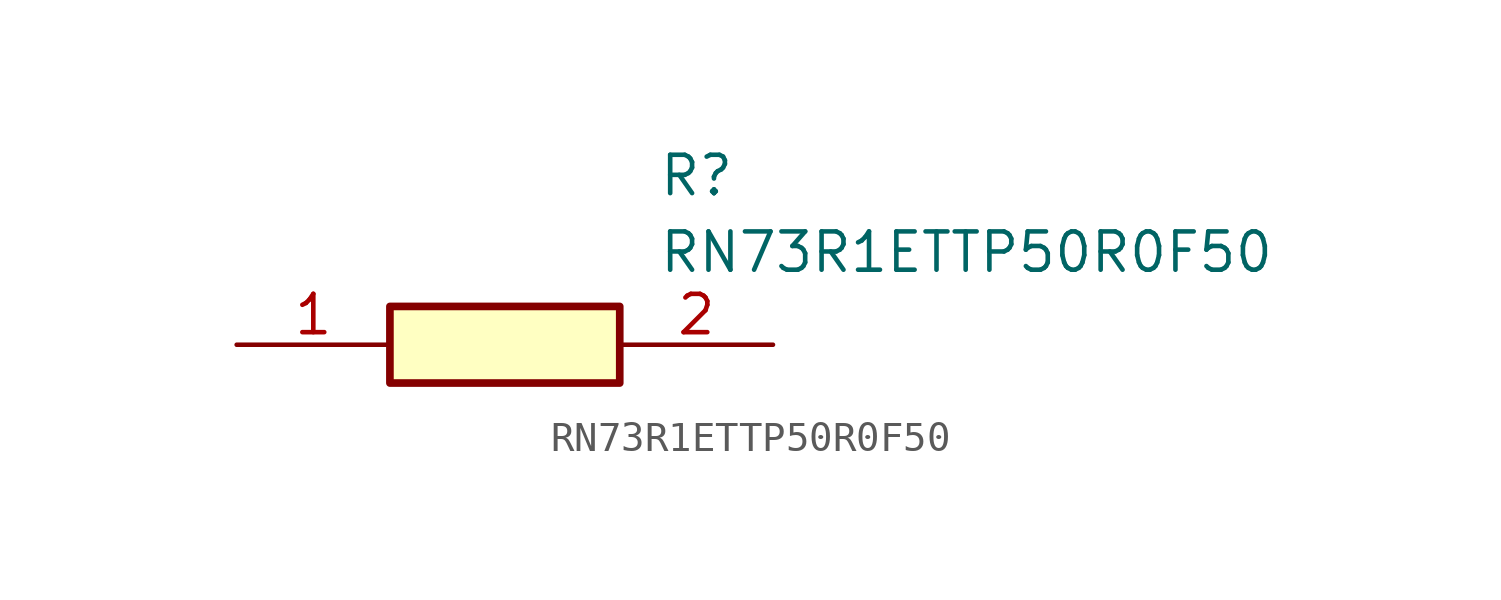
<source format=kicad_sym>
(kicad_symbol_lib
  (version 20211014)
  (generator SamacSys_ECAD_Model)
  (symbol "RN73R1ETTP50R0F50"
    (pin_names hide)
    (property "Reference" "R"
      (at 13.97 6.35 0)
      (effects (font (size 1.27 1.27)) (justify left top)))
    (property "Value" "RN73R1ETTP50R0F50"
      (at 13.97 3.81 0)
      (effects (font (size 1.27 1.27)) (justify left top)))
    (rectangle
      (start 5.08 1.27)
      (end 12.7 -1.27)
      (stroke (width 0.254) (type default))
      (fill (type background)))
    (pin passive line
      (at 0 0 0)
      (length 5.08)
      (name "1" (effects (font (size 1.27 1.27))))
      (number "1" (effects (font (size 1.27 1.27)))))
    (pin passive line
      (at 17.78 0 180)
      (length 5.08)
      (name "2" (effects (font (size 1.27 1.27))))
      (number "2" (effects (font (size 1.27 1.27)))))))
</source>
